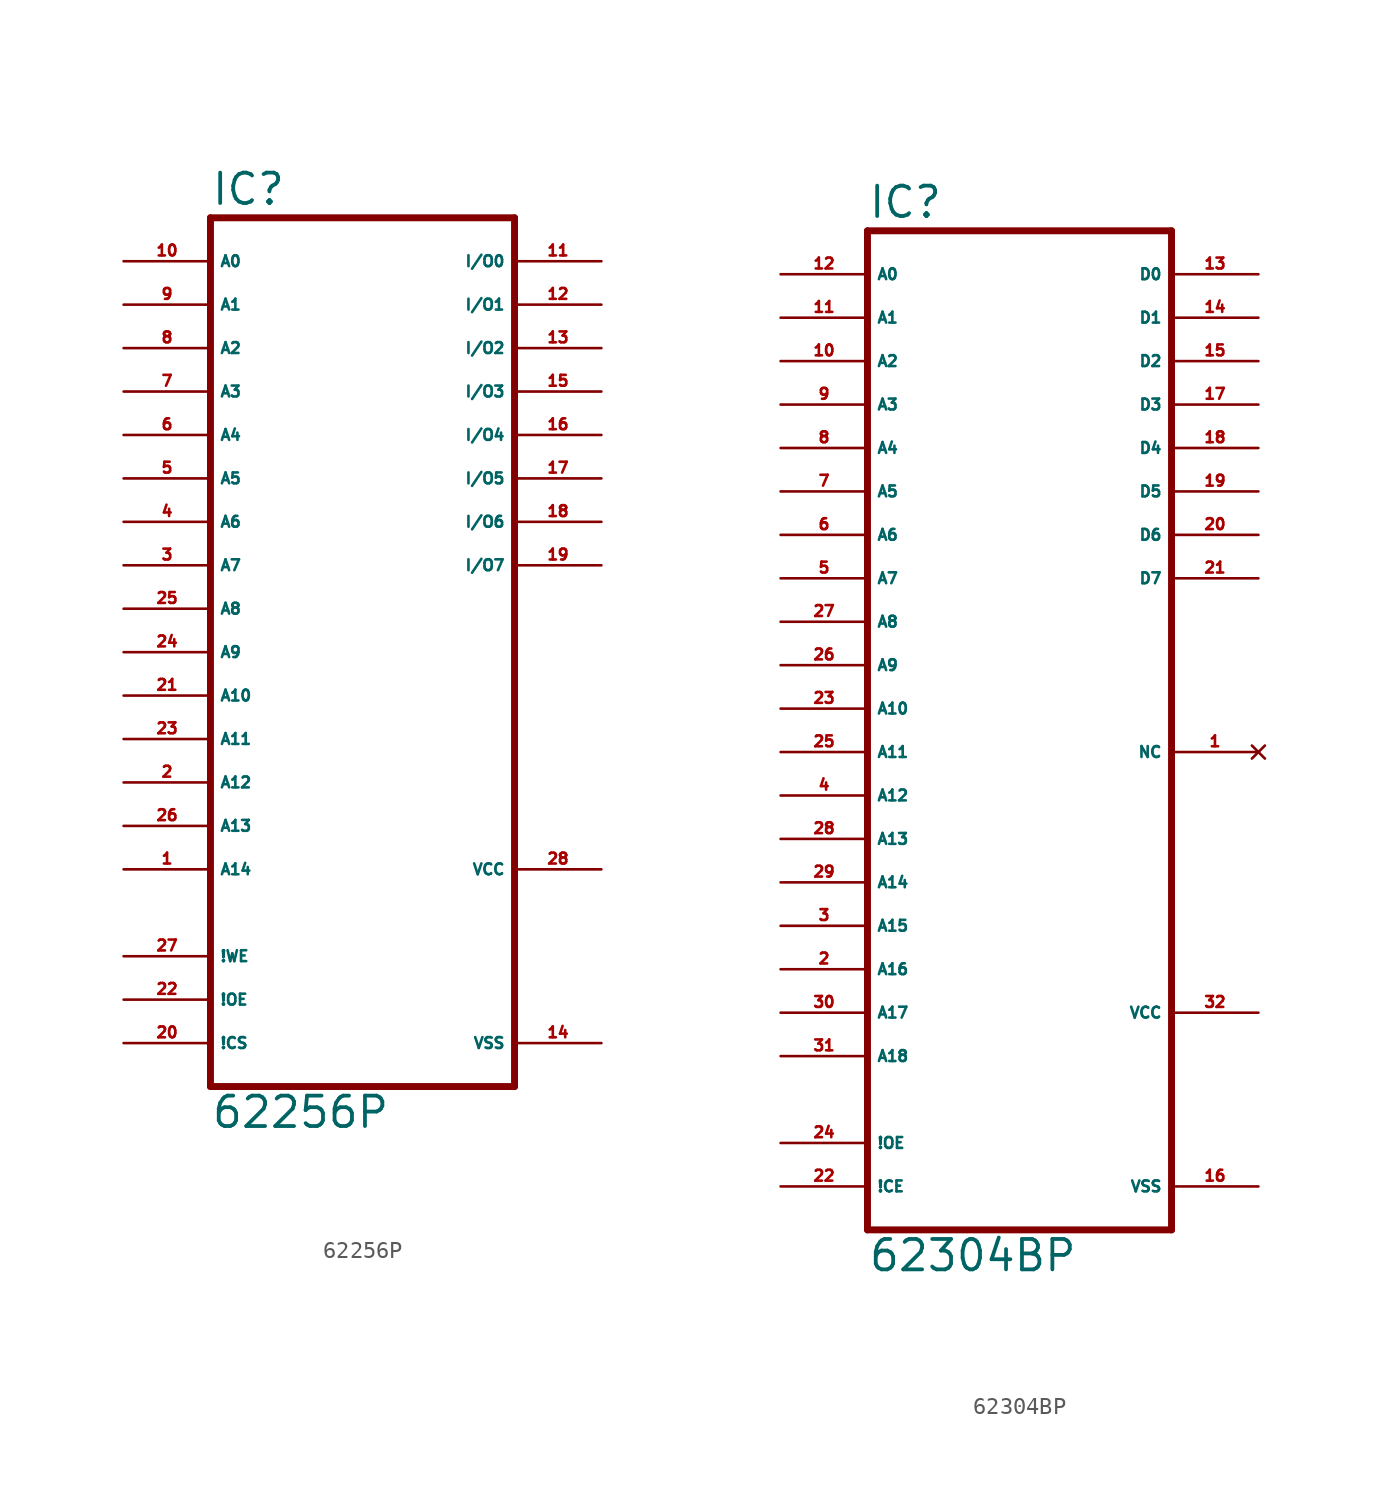
<source format=kicad_sym>
(kicad_symbol_lib
  (version 20220914)
  (generator Eagle2Kicad)
  (symbol "62256P"
    (property "Reference" "IC"
      (at -10.16 20.955 0)
      (effects (font (size 1.778 1.778) (thickness 0.22)) (justify left bottom)))
    (property "Value" "62256P"
      (at -10.16 -33.02 0)
      (effects (font (size 1.778 1.778) (thickness 0.22)) (justify left bottom)))
    (polyline
      (pts (xy -10.16 -30.48) (xy 7.62 -30.48))
      (stroke (width 0.406) (type default))
      (fill (type none)))
    (polyline
      (pts (xy 7.62 20.32) (xy 7.62 -30.48))
      (stroke (width 0.406) (type default))
      (fill (type none)))
    (polyline
      (pts (xy 7.62 20.32) (xy -10.16 20.32))
      (stroke (width 0.406) (type default))
      (fill (type none)))
    (polyline
      (pts (xy -10.16 -30.48) (xy -10.16 20.32))
      (stroke (width 0.406) (type default))
      (fill (type none)))
    (pin input line
      (at -15.24 17.78 0)
      (length 5.08)
      (name "A0" (effects (font (size 0.635 0.635) (thickness 0.08)) (justify left bottom)))
      (number "10" (effects (font (size 0.635 0.635) (thickness 0.08)) (justify left bottom))))
    (pin input line
      (at -15.24 15.24 0)
      (length 5.08)
      (name "A1" (effects (font (size 0.635 0.635) (thickness 0.08)) (justify left bottom)))
      (number "9" (effects (font (size 0.635 0.635) (thickness 0.08)) (justify left bottom))))
    (pin input line
      (at -15.24 12.7 0)
      (length 5.08)
      (name "A2" (effects (font (size 0.635 0.635) (thickness 0.08)) (justify left bottom)))
      (number "8" (effects (font (size 0.635 0.635) (thickness 0.08)) (justify left bottom))))
    (pin input line
      (at -15.24 10.16 0)
      (length 5.08)
      (name "A3" (effects (font (size 0.635 0.635) (thickness 0.08)) (justify left bottom)))
      (number "7" (effects (font (size 0.635 0.635) (thickness 0.08)) (justify left bottom))))
    (pin input line
      (at -15.24 7.62 0)
      (length 5.08)
      (name "A4" (effects (font (size 0.635 0.635) (thickness 0.08)) (justify left bottom)))
      (number "6" (effects (font (size 0.635 0.635) (thickness 0.08)) (justify left bottom))))
    (pin input line
      (at -15.24 5.08 0)
      (length 5.08)
      (name "A5" (effects (font (size 0.635 0.635) (thickness 0.08)) (justify left bottom)))
      (number "5" (effects (font (size 0.635 0.635) (thickness 0.08)) (justify left bottom))))
    (pin input line
      (at -15.24 2.54 0)
      (length 5.08)
      (name "A6" (effects (font (size 0.635 0.635) (thickness 0.08)) (justify left bottom)))
      (number "4" (effects (font (size 0.635 0.635) (thickness 0.08)) (justify left bottom))))
    (pin input line
      (at -15.24 0 0)
      (length 5.08)
      (name "A7" (effects (font (size 0.635 0.635) (thickness 0.08)) (justify left bottom)))
      (number "3" (effects (font (size 0.635 0.635) (thickness 0.08)) (justify left bottom))))
    (pin input line
      (at -15.24 -2.54 0)
      (length 5.08)
      (name "A8" (effects (font (size 0.635 0.635) (thickness 0.08)) (justify left bottom)))
      (number "25" (effects (font (size 0.635 0.635) (thickness 0.08)) (justify left bottom))))
    (pin input line
      (at -15.24 -5.08 0)
      (length 5.08)
      (name "A9" (effects (font (size 0.635 0.635) (thickness 0.08)) (justify left bottom)))
      (number "24" (effects (font (size 0.635 0.635) (thickness 0.08)) (justify left bottom))))
    (pin input line
      (at -15.24 -7.62 0)
      (length 5.08)
      (name "A10" (effects (font (size 0.635 0.635) (thickness 0.08)) (justify left bottom)))
      (number "21" (effects (font (size 0.635 0.635) (thickness 0.08)) (justify left bottom))))
    (pin input line
      (at -15.24 -10.16 0)
      (length 5.08)
      (name "A11" (effects (font (size 0.635 0.635) (thickness 0.08)) (justify left bottom)))
      (number "23" (effects (font (size 0.635 0.635) (thickness 0.08)) (justify left bottom))))
    (pin input line
      (at -15.24 -12.7 0)
      (length 5.08)
      (name "A12" (effects (font (size 0.635 0.635) (thickness 0.08)) (justify left bottom)))
      (number "2" (effects (font (size 0.635 0.635) (thickness 0.08)) (justify left bottom))))
    (pin input line
      (at -15.24 -15.24 0)
      (length 5.08)
      (name "A13" (effects (font (size 0.635 0.635) (thickness 0.08)) (justify left bottom)))
      (number "26" (effects (font (size 0.635 0.635) (thickness 0.08)) (justify left bottom))))
    (pin input line
      (at -15.24 -17.78 0)
      (length 5.08)
      (name "A14" (effects (font (size 0.635 0.635) (thickness 0.08)) (justify left bottom)))
      (number "1" (effects (font (size 0.635 0.635) (thickness 0.08)) (justify left bottom))))
    (pin input line
      (at -15.24 -22.86 0)
      (length 5.08)
      (name "!WE" (effects (font (size 0.635 0.635) (thickness 0.08)) (justify left bottom)))
      (number "27" (effects (font (size 0.635 0.635) (thickness 0.08)) (justify left bottom))))
    (pin input line
      (at -15.24 -25.4 0)
      (length 5.08)
      (name "!OE" (effects (font (size 0.635 0.635) (thickness 0.08)) (justify left bottom)))
      (number "22" (effects (font (size 0.635 0.635) (thickness 0.08)) (justify left bottom))))
    (pin input line
      (at -15.24 -27.94 0)
      (length 5.08)
      (name "!CS" (effects (font (size 0.635 0.635) (thickness 0.08)) (justify left bottom)))
      (number "20" (effects (font (size 0.635 0.635) (thickness 0.08)) (justify left bottom))))
    (pin bidirectional line
      (at 12.7 17.78 180)
      (length 5.08)
      (name "I/O0" (effects (font (size 0.635 0.635) (thickness 0.08)) (justify left bottom)))
      (number "11" (effects (font (size 0.635 0.635) (thickness 0.08)) (justify left bottom))))
    (pin bidirectional line
      (at 12.7 15.24 180)
      (length 5.08)
      (name "I/O1" (effects (font (size 0.635 0.635) (thickness 0.08)) (justify left bottom)))
      (number "12" (effects (font (size 0.635 0.635) (thickness 0.08)) (justify left bottom))))
    (pin bidirectional line
      (at 12.7 12.7 180)
      (length 5.08)
      (name "I/O2" (effects (font (size 0.635 0.635) (thickness 0.08)) (justify left bottom)))
      (number "13" (effects (font (size 0.635 0.635) (thickness 0.08)) (justify left bottom))))
    (pin bidirectional line
      (at 12.7 10.16 180)
      (length 5.08)
      (name "I/O3" (effects (font (size 0.635 0.635) (thickness 0.08)) (justify left bottom)))
      (number "15" (effects (font (size 0.635 0.635) (thickness 0.08)) (justify left bottom))))
    (pin bidirectional line
      (at 12.7 7.62 180)
      (length 5.08)
      (name "I/O4" (effects (font (size 0.635 0.635) (thickness 0.08)) (justify left bottom)))
      (number "16" (effects (font (size 0.635 0.635) (thickness 0.08)) (justify left bottom))))
    (pin bidirectional line
      (at 12.7 5.08 180)
      (length 5.08)
      (name "I/O5" (effects (font (size 0.635 0.635) (thickness 0.08)) (justify left bottom)))
      (number "17" (effects (font (size 0.635 0.635) (thickness 0.08)) (justify left bottom))))
    (pin bidirectional line
      (at 12.7 2.54 180)
      (length 5.08)
      (name "I/O6" (effects (font (size 0.635 0.635) (thickness 0.08)) (justify left bottom)))
      (number "18" (effects (font (size 0.635 0.635) (thickness 0.08)) (justify left bottom))))
    (pin bidirectional line
      (at 12.7 0 180)
      (length 5.08)
      (name "I/O7" (effects (font (size 0.635 0.635) (thickness 0.08)) (justify left bottom)))
      (number "19" (effects (font (size 0.635 0.635) (thickness 0.08)) (justify left bottom))))
    (pin unspecified line
      (at 12.7 -27.94 180)
      (length 5.08)
      (name "VSS" (effects (font (size 0.635 0.635) (thickness 0.08)) (justify left bottom)))
      (number "14" (effects (font (size 0.635 0.635) (thickness 0.08)) (justify left bottom))))
    (pin unspecified line
      (at 12.7 -17.78 180)
      (length 5.08)
      (name "VCC" (effects (font (size 0.635 0.635) (thickness 0.08)) (justify left bottom)))
      (number "28" (effects (font (size 0.635 0.635) (thickness 0.08)) (justify left bottom)))))
  (symbol "62304BP"
    (property "Reference" "IC"
      (at -10.16 26.035 0)
      (effects (font (size 1.778 1.778) (thickness 0.22)) (justify left bottom)))
    (property "Value" "62304BP"
      (at -10.16 -35.56 0)
      (effects (font (size 1.778 1.778) (thickness 0.22)) (justify left bottom)))
    (polyline
      (pts (xy -10.16 -33.02) (xy 7.62 -33.02))
      (stroke (width 0.406) (type default))
      (fill (type none)))
    (polyline
      (pts (xy 7.62 25.4) (xy 7.62 -33.02))
      (stroke (width 0.406) (type default))
      (fill (type none)))
    (polyline
      (pts (xy 7.62 25.4) (xy -10.16 25.4))
      (stroke (width 0.406) (type default))
      (fill (type none)))
    (polyline
      (pts (xy -10.16 -33.02) (xy -10.16 25.4))
      (stroke (width 0.406) (type default))
      (fill (type none)))
    (pin input line
      (at -15.24 22.86 0)
      (length 5.08)
      (name "A0" (effects (font (size 0.635 0.635) (thickness 0.08)) (justify left bottom)))
      (number "12" (effects (font (size 0.635 0.635) (thickness 0.08)) (justify left bottom))))
    (pin input line
      (at -15.24 20.32 0)
      (length 5.08)
      (name "A1" (effects (font (size 0.635 0.635) (thickness 0.08)) (justify left bottom)))
      (number "11" (effects (font (size 0.635 0.635) (thickness 0.08)) (justify left bottom))))
    (pin input line
      (at -15.24 17.78 0)
      (length 5.08)
      (name "A2" (effects (font (size 0.635 0.635) (thickness 0.08)) (justify left bottom)))
      (number "10" (effects (font (size 0.635 0.635) (thickness 0.08)) (justify left bottom))))
    (pin input line
      (at -15.24 15.24 0)
      (length 5.08)
      (name "A3" (effects (font (size 0.635 0.635) (thickness 0.08)) (justify left bottom)))
      (number "9" (effects (font (size 0.635 0.635) (thickness 0.08)) (justify left bottom))))
    (pin input line
      (at -15.24 12.7 0)
      (length 5.08)
      (name "A4" (effects (font (size 0.635 0.635) (thickness 0.08)) (justify left bottom)))
      (number "8" (effects (font (size 0.635 0.635) (thickness 0.08)) (justify left bottom))))
    (pin input line
      (at -15.24 10.16 0)
      (length 5.08)
      (name "A5" (effects (font (size 0.635 0.635) (thickness 0.08)) (justify left bottom)))
      (number "7" (effects (font (size 0.635 0.635) (thickness 0.08)) (justify left bottom))))
    (pin input line
      (at -15.24 7.62 0)
      (length 5.08)
      (name "A6" (effects (font (size 0.635 0.635) (thickness 0.08)) (justify left bottom)))
      (number "6" (effects (font (size 0.635 0.635) (thickness 0.08)) (justify left bottom))))
    (pin input line
      (at -15.24 5.08 0)
      (length 5.08)
      (name "A7" (effects (font (size 0.635 0.635) (thickness 0.08)) (justify left bottom)))
      (number "5" (effects (font (size 0.635 0.635) (thickness 0.08)) (justify left bottom))))
    (pin input line
      (at -15.24 2.54 0)
      (length 5.08)
      (name "A8" (effects (font (size 0.635 0.635) (thickness 0.08)) (justify left bottom)))
      (number "27" (effects (font (size 0.635 0.635) (thickness 0.08)) (justify left bottom))))
    (pin input line
      (at -15.24 0 0)
      (length 5.08)
      (name "A9" (effects (font (size 0.635 0.635) (thickness 0.08)) (justify left bottom)))
      (number "26" (effects (font (size 0.635 0.635) (thickness 0.08)) (justify left bottom))))
    (pin input line
      (at -15.24 -2.54 0)
      (length 5.08)
      (name "A10" (effects (font (size 0.635 0.635) (thickness 0.08)) (justify left bottom)))
      (number "23" (effects (font (size 0.635 0.635) (thickness 0.08)) (justify left bottom))))
    (pin input line
      (at -15.24 -5.08 0)
      (length 5.08)
      (name "A11" (effects (font (size 0.635 0.635) (thickness 0.08)) (justify left bottom)))
      (number "25" (effects (font (size 0.635 0.635) (thickness 0.08)) (justify left bottom))))
    (pin input line
      (at -15.24 -7.62 0)
      (length 5.08)
      (name "A12" (effects (font (size 0.635 0.635) (thickness 0.08)) (justify left bottom)))
      (number "4" (effects (font (size 0.635 0.635) (thickness 0.08)) (justify left bottom))))
    (pin input line
      (at -15.24 -10.16 0)
      (length 5.08)
      (name "A13" (effects (font (size 0.635 0.635) (thickness 0.08)) (justify left bottom)))
      (number "28" (effects (font (size 0.635 0.635) (thickness 0.08)) (justify left bottom))))
    (pin input line
      (at -15.24 -12.7 0)
      (length 5.08)
      (name "A14" (effects (font (size 0.635 0.635) (thickness 0.08)) (justify left bottom)))
      (number "29" (effects (font (size 0.635 0.635) (thickness 0.08)) (justify left bottom))))
    (pin input line
      (at -15.24 -15.24 0)
      (length 5.08)
      (name "A15" (effects (font (size 0.635 0.635) (thickness 0.08)) (justify left bottom)))
      (number "3" (effects (font (size 0.635 0.635) (thickness 0.08)) (justify left bottom))))
    (pin input line
      (at -15.24 -17.78 0)
      (length 5.08)
      (name "A16" (effects (font (size 0.635 0.635) (thickness 0.08)) (justify left bottom)))
      (number "2" (effects (font (size 0.635 0.635) (thickness 0.08)) (justify left bottom))))
    (pin input line
      (at -15.24 -20.32 0)
      (length 5.08)
      (name "A17" (effects (font (size 0.635 0.635) (thickness 0.08)) (justify left bottom)))
      (number "30" (effects (font (size 0.635 0.635) (thickness 0.08)) (justify left bottom))))
    (pin input line
      (at -15.24 -22.86 0)
      (length 5.08)
      (name "A18" (effects (font (size 0.635 0.635) (thickness 0.08)) (justify left bottom)))
      (number "31" (effects (font (size 0.635 0.635) (thickness 0.08)) (justify left bottom))))
    (pin input line
      (at -15.24 -27.94 0)
      (length 5.08)
      (name "!OE" (effects (font (size 0.635 0.635) (thickness 0.08)) (justify left bottom)))
      (number "24" (effects (font (size 0.635 0.635) (thickness 0.08)) (justify left bottom))))
    (pin input line
      (at -15.24 -30.48 0)
      (length 5.08)
      (name "!CE" (effects (font (size 0.635 0.635) (thickness 0.08)) (justify left bottom)))
      (number "22" (effects (font (size 0.635 0.635) (thickness 0.08)) (justify left bottom))))
    (pin tri_state line
      (at 12.7 22.86 180)
      (length 5.08)
      (name "D0" (effects (font (size 0.635 0.635) (thickness 0.08)) (justify left bottom)))
      (number "13" (effects (font (size 0.635 0.635) (thickness 0.08)) (justify left bottom))))
    (pin tri_state line
      (at 12.7 20.32 180)
      (length 5.08)
      (name "D1" (effects (font (size 0.635 0.635) (thickness 0.08)) (justify left bottom)))
      (number "14" (effects (font (size 0.635 0.635) (thickness 0.08)) (justify left bottom))))
    (pin tri_state line
      (at 12.7 17.78 180)
      (length 5.08)
      (name "D2" (effects (font (size 0.635 0.635) (thickness 0.08)) (justify left bottom)))
      (number "15" (effects (font (size 0.635 0.635) (thickness 0.08)) (justify left bottom))))
    (pin tri_state line
      (at 12.7 15.24 180)
      (length 5.08)
      (name "D3" (effects (font (size 0.635 0.635) (thickness 0.08)) (justify left bottom)))
      (number "17" (effects (font (size 0.635 0.635) (thickness 0.08)) (justify left bottom))))
    (pin tri_state line
      (at 12.7 12.7 180)
      (length 5.08)
      (name "D4" (effects (font (size 0.635 0.635) (thickness 0.08)) (justify left bottom)))
      (number "18" (effects (font (size 0.635 0.635) (thickness 0.08)) (justify left bottom))))
    (pin tri_state line
      (at 12.7 10.16 180)
      (length 5.08)
      (name "D5" (effects (font (size 0.635 0.635) (thickness 0.08)) (justify left bottom)))
      (number "19" (effects (font (size 0.635 0.635) (thickness 0.08)) (justify left bottom))))
    (pin tri_state line
      (at 12.7 7.62 180)
      (length 5.08)
      (name "D6" (effects (font (size 0.635 0.635) (thickness 0.08)) (justify left bottom)))
      (number "20" (effects (font (size 0.635 0.635) (thickness 0.08)) (justify left bottom))))
    (pin tri_state line
      (at 12.7 5.08 180)
      (length 5.08)
      (name "D7" (effects (font (size 0.635 0.635) (thickness 0.08)) (justify left bottom)))
      (number "21" (effects (font (size 0.635 0.635) (thickness 0.08)) (justify left bottom))))
    (pin unspecified line
      (at 12.7 -30.48 180)
      (length 5.08)
      (name "VSS" (effects (font (size 0.635 0.635) (thickness 0.08)) (justify left bottom)))
      (number "16" (effects (font (size 0.635 0.635) (thickness 0.08)) (justify left bottom))))
    (pin unspecified line
      (at 12.7 -20.32 180)
      (length 5.08)
      (name "VCC" (effects (font (size 0.635 0.635) (thickness 0.08)) (justify left bottom)))
      (number "32" (effects (font (size 0.635 0.635) (thickness 0.08)) (justify left bottom))))
    (pin no_connect line
      (at 12.7 -5.08 180)
      (length 5.08)
      (name "NC" (effects (font (size 0.635 0.635) (thickness 0.08)) (justify left bottom) hide))
      (number "1" (effects (font (size 0.635 0.635) (thickness 0.08)) (justify left bottom) hide)))))
</source>
